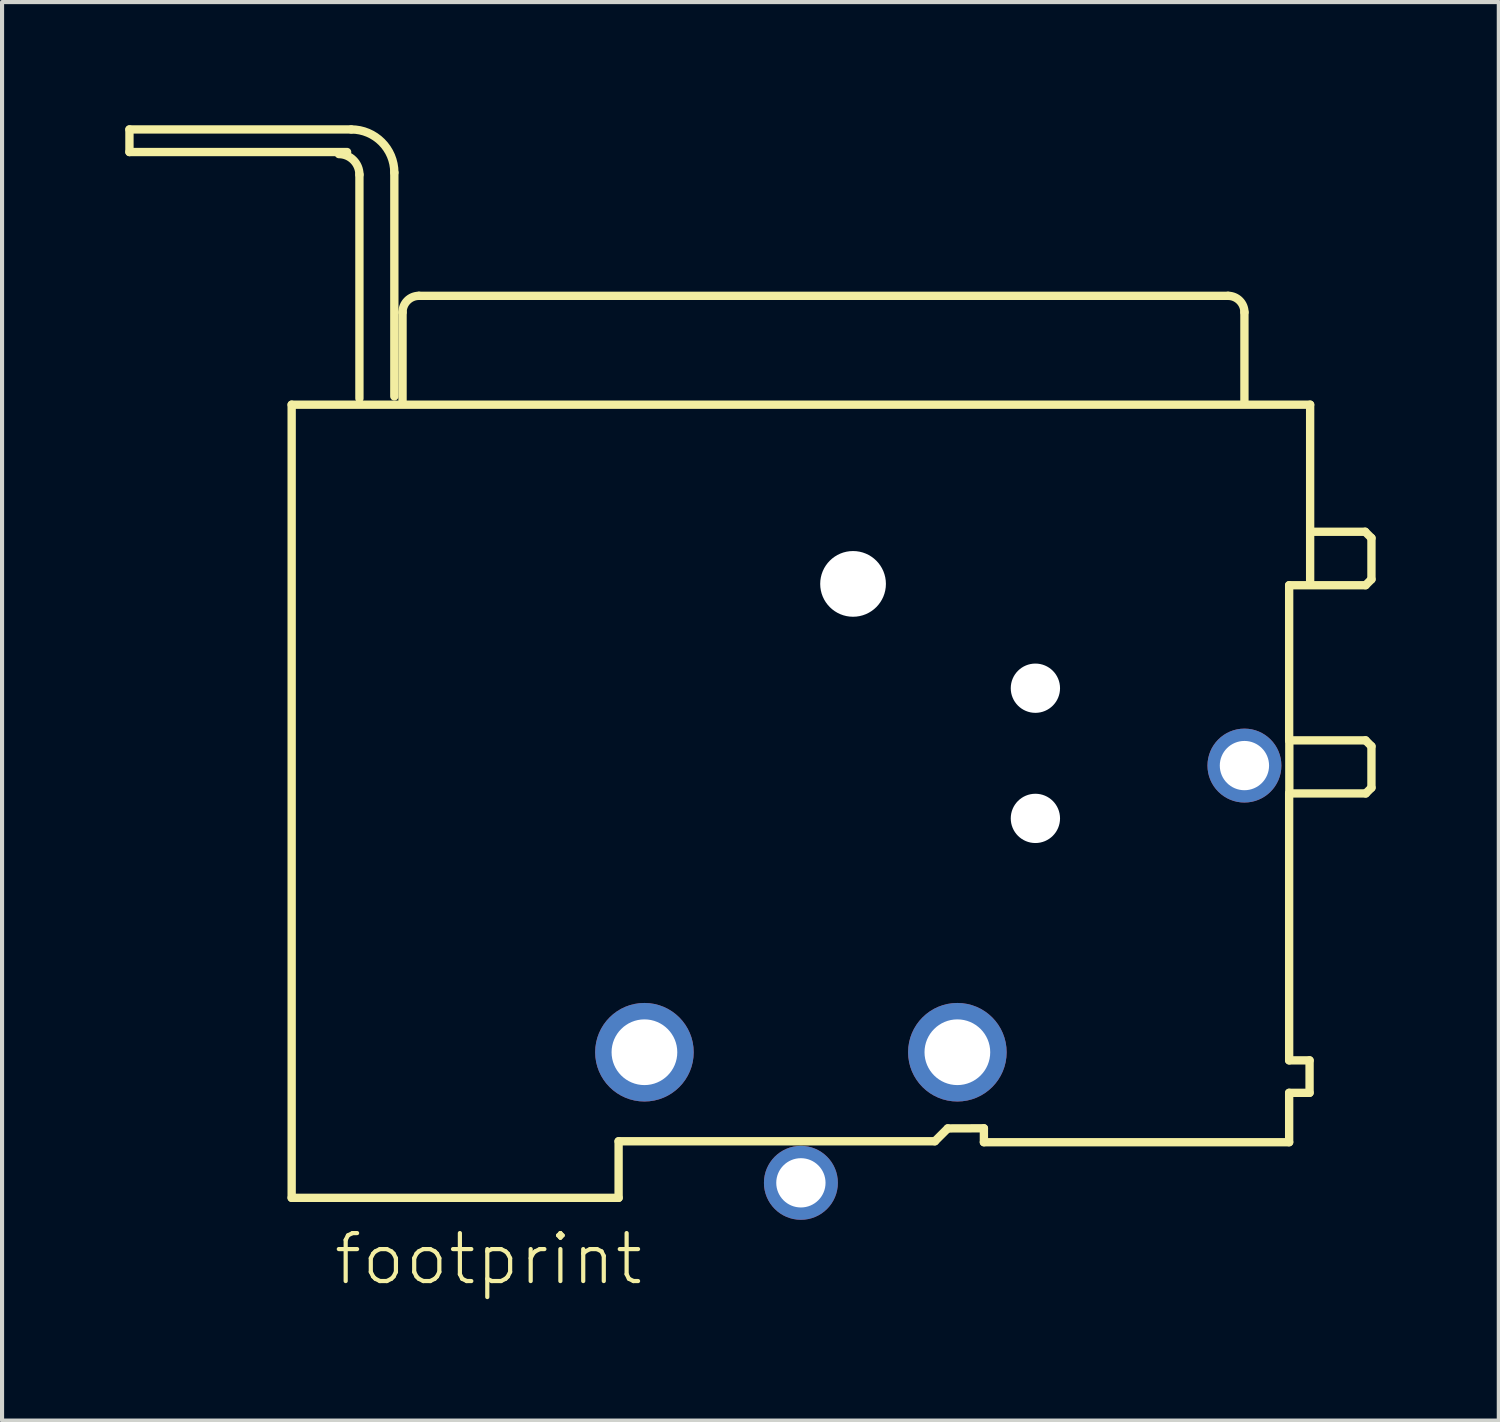
<source format=kicad_pcb>
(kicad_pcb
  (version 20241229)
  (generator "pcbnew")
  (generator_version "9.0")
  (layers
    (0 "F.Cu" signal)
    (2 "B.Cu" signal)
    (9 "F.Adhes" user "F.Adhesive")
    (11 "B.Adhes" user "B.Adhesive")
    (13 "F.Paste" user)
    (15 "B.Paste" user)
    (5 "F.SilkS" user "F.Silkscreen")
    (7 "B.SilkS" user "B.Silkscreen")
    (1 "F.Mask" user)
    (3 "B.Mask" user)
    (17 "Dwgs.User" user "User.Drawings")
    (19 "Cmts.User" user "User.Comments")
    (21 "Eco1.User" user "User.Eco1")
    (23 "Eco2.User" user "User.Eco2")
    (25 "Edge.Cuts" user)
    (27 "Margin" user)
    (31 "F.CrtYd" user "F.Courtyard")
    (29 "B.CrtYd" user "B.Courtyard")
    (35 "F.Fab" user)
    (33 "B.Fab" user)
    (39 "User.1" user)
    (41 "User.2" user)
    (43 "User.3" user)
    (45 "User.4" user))
  (footprint "footprint"
    (layer "F.Cu")
    (at 16.452 25.752)
    (property "Reference" "footprint" (at -11.43 2.54 0) (layer "F.SilkS") (effects (font (size 1.168 1.168) (thickness 0.102)) (justify left bottom)))
    (fp_line (start -16.35 -25.65) (end -16.35 -25.1) (stroke (width 0.203) (type solid)) (layer "F.SilkS"))
    (fp_line (start -16.35 -25.1) (end -11.05 -25.1) (stroke (width 0.203) (type solid)) (layer "F.SilkS"))
    (fp_line (start -12.4 -18.948) (end -12.4 0.366) (stroke (width 0.203) (type solid)) (layer "F.SilkS"))
    (fp_line (start -12.4 0.366) (end -4.439 0.366) (stroke (width 0.203) (type solid)) (layer "F.SilkS"))
    (fp_line (start -10.95 -25.65) (end -16.35 -25.65) (stroke (width 0.203) (type solid)) (layer "F.SilkS"))
    (fp_line (start -10.75 -19.1) (end -10.75 -24.55) (stroke (width 0.203) (type solid)) (layer "F.SilkS"))
    (fp_line (start -9.9 -19.15) (end -9.9 -24.6) (stroke (width 0.203) (type solid)) (layer "F.SilkS"))
    (fp_line (start -9.7 -21.198) (end -9.7 -19.049) (stroke (width 0.203) (type solid)) (layer "F.SilkS"))
    (fp_line (start -4.439 -1.012) (end 3.262 -1.012) (stroke (width 0.203) (type solid)) (layer "F.SilkS"))
    (fp_line (start -4.439 0.366) (end -4.439 -1.012) (stroke (width 0.203) (type solid)) (layer "F.SilkS"))
    (fp_line (start 3.262 -1.012) (end 3.576 -1.325) (stroke (width 0.203) (type solid)) (layer "F.SilkS"))
    (fp_line (start 3.576 -1.325) (end 4.456 -1.328) (stroke (width 0.203) (type solid)) (layer "F.SilkS"))
    (fp_line (start 4.456 -0.989) (end 11.889 -0.989) (stroke (width 0.203) (type solid)) (layer "F.SilkS"))
    (fp_line (start 4.456 -1.328) (end 4.456 -0.989) (stroke (width 0.203) (type solid)) (layer "F.SilkS"))
    (fp_line (start 10.4 -21.599) (end -9.3 -21.599) (stroke (width 0.203) (type solid)) (layer "F.SilkS"))
    (fp_line (start 10.8 -19.049) (end 10.8 -21.198) (stroke (width 0.203) (type solid)) (layer "F.SilkS"))
    (fp_line (start 11.889 -14.552) (end 13.75 -14.552) (stroke (width 0.203) (type solid)) (layer "F.SilkS"))
    (fp_line (start 11.889 -10.774) (end 11.889 -14.552) (stroke (width 0.203) (type solid)) (layer "F.SilkS"))
    (fp_line (start 11.889 -9.482) (end 13.755 -9.482) (stroke (width 0.203) (type solid)) (layer "F.SilkS"))
    (fp_line (start 11.889 -2.982) (end 11.889 -9.482) (stroke (width 0.203) (type solid)) (layer "F.SilkS"))
    (fp_line (start 11.889 -2.192) (end 12.386 -2.192) (stroke (width 0.203) (type solid)) (layer "F.SilkS"))
    (fp_line (start 11.889 -0.989) (end 11.889 -2.192) (stroke (width 0.203) (type solid)) (layer "F.SilkS"))
    (fp_line (start 11.893 -9.521) (end 11.893 -10.755) (stroke (width 0.203) (type solid)) (layer "F.SilkS"))
    (fp_line (start 12.386 -2.982) (end 11.889 -2.982) (stroke (width 0.203) (type solid)) (layer "F.SilkS"))
    (fp_line (start 12.386 -2.192) (end 12.386 -2.982) (stroke (width 0.203) (type solid)) (layer "F.SilkS"))
    (fp_line (start 12.4 -18.948) (end -12.4 -18.948) (stroke (width 0.203) (type solid)) (layer "F.SilkS"))
    (fp_line (start 12.4 -15.854) (end 12.4 -18.948) (stroke (width 0.203) (type solid)) (layer "F.SilkS"))
    (fp_line (start 12.4 -14.609) (end 12.4 -15.844) (stroke (width 0.203) (type solid)) (layer "F.SilkS"))
    (fp_line (start 13.74 -15.854) (end 12.4 -15.854) (stroke (width 0.203) (type solid)) (layer "F.SilkS"))
    (fp_line (start 13.75 -14.552) (end 13.893 -14.695) (stroke (width 0.203) (type solid)) (layer "F.SilkS"))
    (fp_line (start 13.75 -10.774) (end 11.889 -10.774) (stroke (width 0.203) (type solid)) (layer "F.SilkS"))
    (fp_line (start 13.755 -9.482) (end 13.893 -9.62) (stroke (width 0.203) (type solid)) (layer "F.SilkS"))
    (fp_line (start 13.893 -15.701) (end 13.74 -15.854) (stroke (width 0.203) (type solid)) (layer "F.SilkS"))
    (fp_line (start 13.893 -14.695) (end 13.893 -15.701) (stroke (width 0.203) (type solid)) (layer "F.SilkS"))
    (fp_line (start 13.893 -10.631) (end 13.75 -10.774) (stroke (width 0.203) (type solid)) (layer "F.SilkS"))
    (fp_line (start 13.893 -9.62) (end 13.893 -10.631) (stroke (width 0.203) (type solid)) (layer "F.SilkS"))
    (fp_arc (start -11.25 -25.05) (mid -10.896447 -24.903553) (end -10.75 -24.55) (stroke (width 0.2032) (type solid)) (layer "F.SilkS"))
    (fp_arc (start -10.95 -25.65) (mid -10.207538 -25.342462) (end -9.9 -24.6) (stroke (width 0.2032) (type solid)) (layer "F.SilkS"))
    (fp_arc (start -9.7 -21.1985) (mid -9.582843 -21.481343) (end -9.3 -21.5985) (stroke (width 0.2032) (type solid)) (layer "F.SilkS"))
    (fp_arc (start 10.4 -21.5985) (mid 10.682843 -21.481343) (end 10.8 -21.1985) (stroke (width 0.2032) (type solid)) (layer "F.SilkS"))
    (pad "" np_thru_hole circle (at 1.27 -14.584) (size 1.6 1.6) (drill 1.6) (layers "*.Cu" "*.Mask"))
    (pad "" np_thru_hole circle (at 5.71 -12.044) (size 1.2 1.2) (drill 1.2) (layers "*.Cu" "*.Mask"))
    (pad "" np_thru_hole circle (at 5.71 -8.874) (size 1.2 1.2) (drill 1.2) (layers "*.Cu" "*.Mask"))
    (pad "1" thru_hole circle (at -3.81 -3.18) (size 2.4 2.4) (drill 1.6) (layers "*.Cu" "*.Mask"))
    (pad "2" thru_hole circle (at 0 0) (size 1.8 1.8) (drill 1.2) (layers "*.Cu" "*.Mask"))
    (pad "3" thru_hole circle (at 3.81 -3.18) (size 2.4 2.4) (drill 1.6) (layers "*.Cu" "*.Mask"))
    (pad "G" thru_hole circle (at 10.8 -10.16) (size 1.8 1.8) (drill 1.2) (layers "*.Cu" "*.Mask")))
  (gr_rect
    (start -3 -3)
    (end 33.446 31.542)
    (stroke (width 0.1) (type default))
    (fill no)
    (layer "Edge.Cuts")))
</source>
